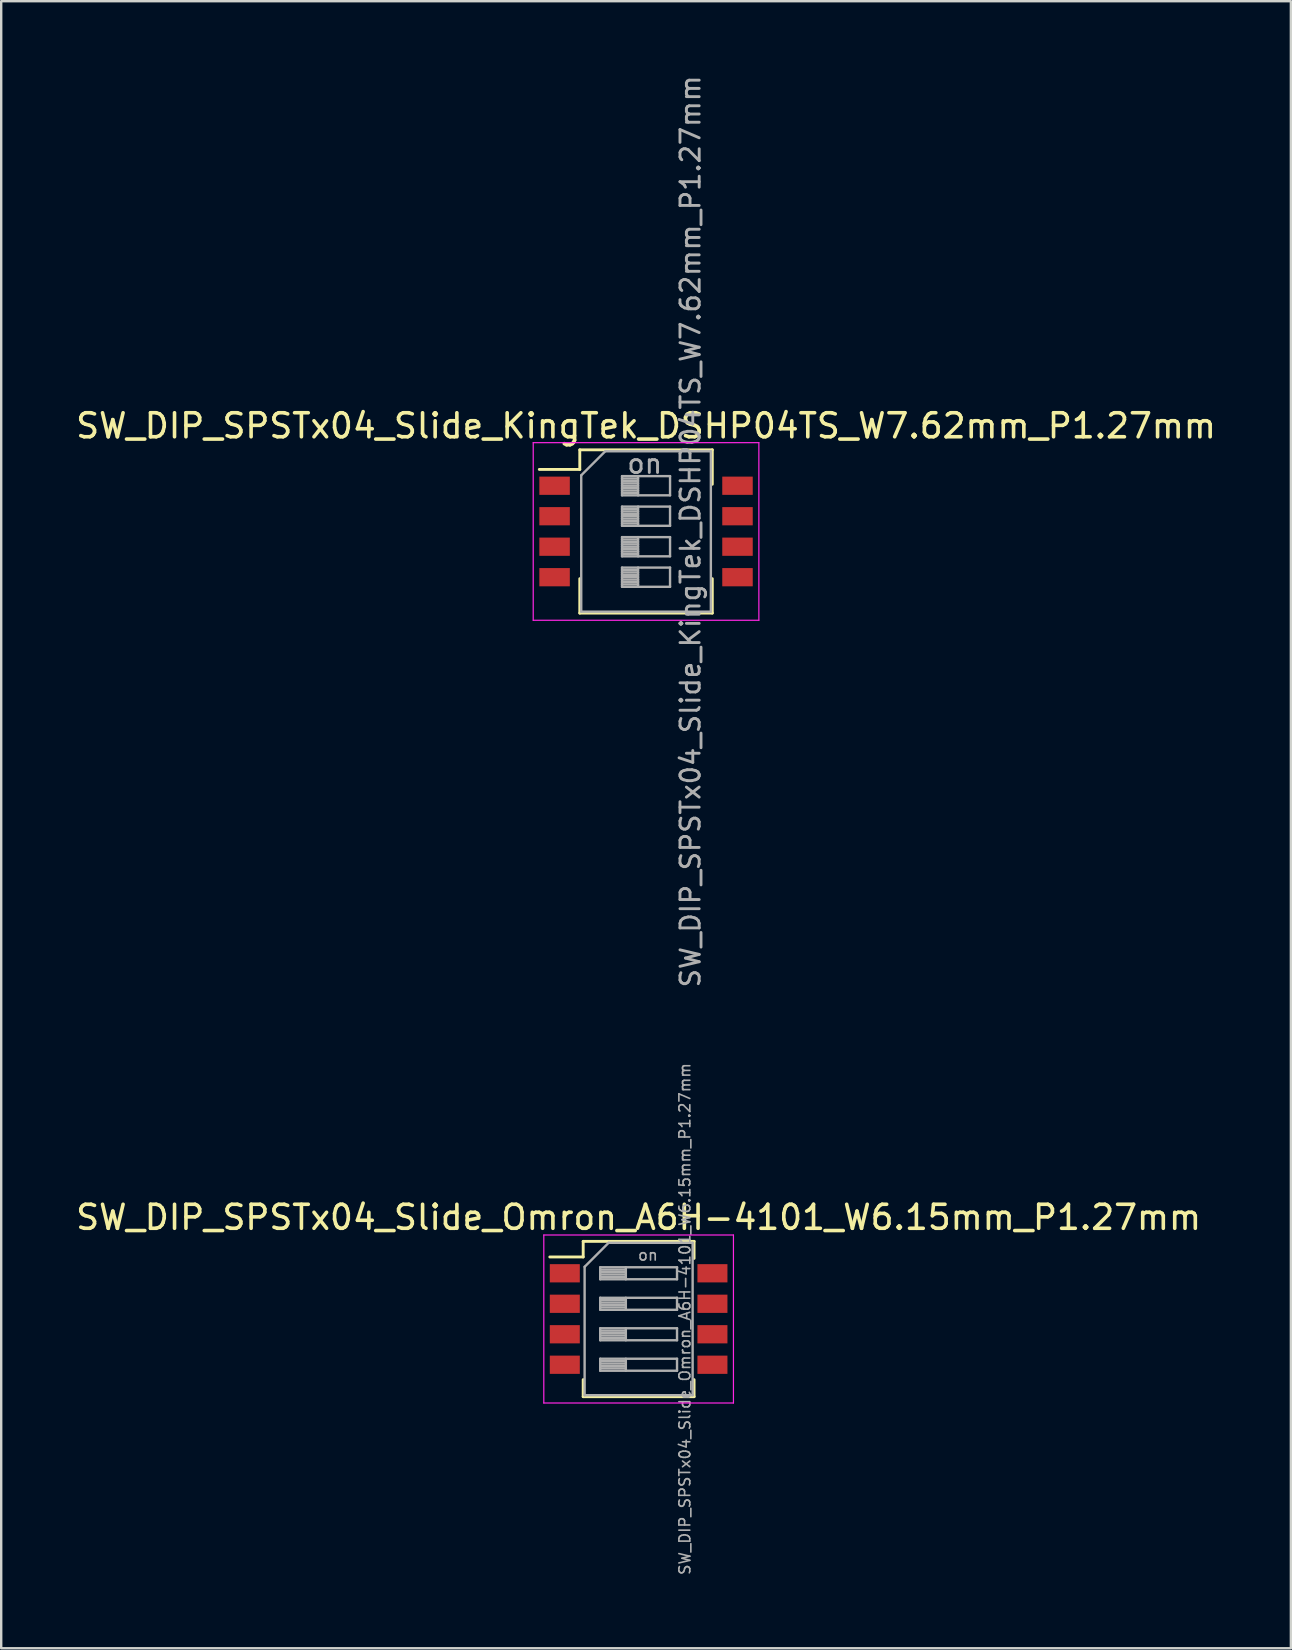
<source format=kicad_pcb>
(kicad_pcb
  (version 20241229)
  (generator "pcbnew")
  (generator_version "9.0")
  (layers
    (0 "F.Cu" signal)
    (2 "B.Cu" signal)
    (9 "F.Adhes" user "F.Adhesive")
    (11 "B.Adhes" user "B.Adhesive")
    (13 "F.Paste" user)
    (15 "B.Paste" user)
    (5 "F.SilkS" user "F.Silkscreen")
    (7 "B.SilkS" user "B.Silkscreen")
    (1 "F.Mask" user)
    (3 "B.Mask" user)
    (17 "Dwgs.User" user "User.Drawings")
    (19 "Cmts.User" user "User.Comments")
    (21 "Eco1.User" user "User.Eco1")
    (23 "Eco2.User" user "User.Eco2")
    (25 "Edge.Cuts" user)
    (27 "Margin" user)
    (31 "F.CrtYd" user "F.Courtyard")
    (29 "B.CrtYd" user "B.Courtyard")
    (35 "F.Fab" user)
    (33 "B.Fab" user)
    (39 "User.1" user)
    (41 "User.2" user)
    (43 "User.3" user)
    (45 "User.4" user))
  (footprint "SW_DIP_SPSTx04_Slide_Omron_A6H-4101_W6.15mm_P1.27mm"
    (layer "F.Cu")
    (at 23.554 51.898)
    (property "Reference" "SW_DIP_SPSTx04_Slide_Omron_A6H-4101_W6.15mm_P1.27mm" (at 0 -4.235 0) (layer "F.SilkS") (effects (font (size 1 1) (thickness 0.15))))
    (attr smd)
    (fp_line (start -3.7 -2.585) (end -2.309 -2.585) (stroke (width 0.12) (type solid)) (layer "F.SilkS"))
    (fp_line (start -2.309 -3.235) (end -2.309 -2.585) (stroke (width 0.12) (type solid)) (layer "F.SilkS"))
    (fp_line (start -2.309 -3.235) (end 2.31 -3.235) (stroke (width 0.12) (type solid)) (layer "F.SilkS"))
    (fp_line (start -2.309 2.525) (end -2.309 3.235) (stroke (width 0.12) (type solid)) (layer "F.SilkS"))
    (fp_line (start -2.309 3.235) (end 2.31 3.235) (stroke (width 0.12) (type solid)) (layer "F.SilkS"))
    (fp_line (start 2.31 -3.235) (end 2.31 -2.525) (stroke (width 0.12) (type solid)) (layer "F.SilkS"))
    (fp_line (start 2.31 2.525) (end 2.31 3.235) (stroke (width 0.12) (type solid)) (layer "F.SilkS"))
    (fp_line (start -3.95 -3.5) (end -3.95 3.5) (stroke (width 0.05) (type solid)) (layer "F.CrtYd"))
    (fp_line (start -3.95 3.5) (end 3.95 3.5) (stroke (width 0.05) (type solid)) (layer "F.CrtYd"))
    (fp_line (start 3.95 -3.5) (end -3.95 -3.5) (stroke (width 0.05) (type solid)) (layer "F.CrtYd"))
    (fp_line (start 3.95 3.5) (end 3.95 -3.5) (stroke (width 0.05) (type solid)) (layer "F.CrtYd"))
    (fp_line (start -2.25 -2.175) (end -1.25 -3.175) (stroke (width 0.1) (type solid)) (layer "F.Fab"))
    (fp_line (start -2.25 3.175) (end -2.25 -2.175) (stroke (width 0.1) (type solid)) (layer "F.Fab"))
    (fp_line (start -1.6 -2.155) (end -1.6 -1.655) (stroke (width 0.1) (type solid)) (layer "F.Fab"))
    (fp_line (start -1.6 -2.055) (end -0.533 -2.055) (stroke (width 0.1) (type solid)) (layer "F.Fab"))
    (fp_line (start -1.6 -1.955) (end -0.533 -1.955) (stroke (width 0.1) (type solid)) (layer "F.Fab"))
    (fp_line (start -1.6 -1.855) (end -0.533 -1.855) (stroke (width 0.1) (type solid)) (layer "F.Fab"))
    (fp_line (start -1.6 -1.755) (end -0.533 -1.755) (stroke (width 0.1) (type solid)) (layer "F.Fab"))
    (fp_line (start -1.6 -1.655) (end 1.6 -1.655) (stroke (width 0.1) (type solid)) (layer "F.Fab"))
    (fp_line (start -1.6 -0.885) (end -1.6 -0.385) (stroke (width 0.1) (type solid)) (layer "F.Fab"))
    (fp_line (start -1.6 -0.785) (end -0.533 -0.785) (stroke (width 0.1) (type solid)) (layer "F.Fab"))
    (fp_line (start -1.6 -0.685) (end -0.533 -0.685) (stroke (width 0.1) (type solid)) (layer "F.Fab"))
    (fp_line (start -1.6 -0.585) (end -0.533 -0.585) (stroke (width 0.1) (type solid)) (layer "F.Fab"))
    (fp_line (start -1.6 -0.485) (end -0.533 -0.485) (stroke (width 0.1) (type solid)) (layer "F.Fab"))
    (fp_line (start -1.6 -0.385) (end 1.6 -0.385) (stroke (width 0.1) (type solid)) (layer "F.Fab"))
    (fp_line (start -1.6 0.385) (end -1.6 0.885) (stroke (width 0.1) (type solid)) (layer "F.Fab"))
    (fp_line (start -1.6 0.485) (end -0.533 0.485) (stroke (width 0.1) (type solid)) (layer "F.Fab"))
    (fp_line (start -1.6 0.585) (end -0.533 0.585) (stroke (width 0.1) (type solid)) (layer "F.Fab"))
    (fp_line (start -1.6 0.685) (end -0.533 0.685) (stroke (width 0.1) (type solid)) (layer "F.Fab"))
    (fp_line (start -1.6 0.785) (end -0.533 0.785) (stroke (width 0.1) (type solid)) (layer "F.Fab"))
    (fp_line (start -1.6 0.885) (end 1.6 0.885) (stroke (width 0.1) (type solid)) (layer "F.Fab"))
    (fp_line (start -1.6 1.655) (end -1.6 2.155) (stroke (width 0.1) (type solid)) (layer "F.Fab"))
    (fp_line (start -1.6 1.755) (end -0.533 1.755) (stroke (width 0.1) (type solid)) (layer "F.Fab"))
    (fp_line (start -1.6 1.855) (end -0.533 1.855) (stroke (width 0.1) (type solid)) (layer "F.Fab"))
    (fp_line (start -1.6 1.955) (end -0.533 1.955) (stroke (width 0.1) (type solid)) (layer "F.Fab"))
    (fp_line (start -1.6 2.055) (end -0.533 2.055) (stroke (width 0.1) (type solid)) (layer "F.Fab"))
    (fp_line (start -1.6 2.155) (end 1.6 2.155) (stroke (width 0.1) (type solid)) (layer "F.Fab"))
    (fp_line (start -1.25 -3.175) (end 2.25 -3.175) (stroke (width 0.1) (type solid)) (layer "F.Fab"))
    (fp_line (start -0.533 -2.155) (end -0.533 -1.655) (stroke (width 0.1) (type solid)) (layer "F.Fab"))
    (fp_line (start -0.533 -0.885) (end -0.533 -0.385) (stroke (width 0.1) (type solid)) (layer "F.Fab"))
    (fp_line (start -0.533 0.385) (end -0.533 0.885) (stroke (width 0.1) (type solid)) (layer "F.Fab"))
    (fp_line (start -0.533 1.655) (end -0.533 2.155) (stroke (width 0.1) (type solid)) (layer "F.Fab"))
    (fp_line (start 1.6 -2.155) (end -1.6 -2.155) (stroke (width 0.1) (type solid)) (layer "F.Fab"))
    (fp_line (start 1.6 -1.655) (end 1.6 -2.155) (stroke (width 0.1) (type solid)) (layer "F.Fab"))
    (fp_line (start 1.6 -0.885) (end -1.6 -0.885) (stroke (width 0.1) (type solid)) (layer "F.Fab"))
    (fp_line (start 1.6 -0.385) (end 1.6 -0.885) (stroke (width 0.1) (type solid)) (layer "F.Fab"))
    (fp_line (start 1.6 0.385) (end -1.6 0.385) (stroke (width 0.1) (type solid)) (layer "F.Fab"))
    (fp_line (start 1.6 0.885) (end 1.6 0.385) (stroke (width 0.1) (type solid)) (layer "F.Fab"))
    (fp_line (start 1.6 1.655) (end -1.6 1.655) (stroke (width 0.1) (type solid)) (layer "F.Fab"))
    (fp_line (start 1.6 2.155) (end 1.6 1.655) (stroke (width 0.1) (type solid)) (layer "F.Fab"))
    (fp_line (start 2.25 -3.175) (end 2.25 3.175) (stroke (width 0.1) (type solid)) (layer "F.Fab"))
    (fp_line (start 2.25 3.175) (end -2.25 3.175) (stroke (width 0.1) (type solid)) (layer "F.Fab"))
    (fp_text user "${REFERENCE}" (at 1.925 0 90) (layer "F.Fab") (effects (font (size 0.455 0.455) (thickness 0.068))))
    (fp_text user "on" (at 0.388 -2.665 0) (layer "F.Fab") (effects (font (size 0.455 0.455) (thickness 0.068))))
    (pad "1" smd rect (at -3.075 -1.905) (size 1.25 0.76) (layers "F.Cu" "F.Mask" "F.Paste"))
    (pad "2" smd rect (at -3.075 -0.635) (size 1.25 0.76) (layers "F.Cu" "F.Mask" "F.Paste"))
    (pad "3" smd rect (at -3.075 0.635) (size 1.25 0.76) (layers "F.Cu" "F.Mask" "F.Paste"))
    (pad "4" smd rect (at -3.075 1.905) (size 1.25 0.76) (layers "F.Cu" "F.Mask" "F.Paste"))
    (pad "5" smd rect (at 3.075 1.905) (size 1.25 0.76) (layers "F.Cu" "F.Mask" "F.Paste"))
    (pad "6" smd rect (at 3.075 0.635) (size 1.25 0.76) (layers "F.Cu" "F.Mask" "F.Paste"))
    (pad "7" smd rect (at 3.075 -0.635) (size 1.25 0.76) (layers "F.Cu" "F.Mask" "F.Paste"))
    (pad "8" smd rect (at 3.075 -1.905) (size 1.25 0.76) (layers "F.Cu" "F.Mask" "F.Paste")))
  (footprint "SW_DIP_SPSTx04_Slide_KingTek_DSHP04TS_W7.62mm_P1.27mm"
    (layer "F.Cu")
    (at 23.863 19.09)
    (property "Reference" "SW_DIP_SPSTx04_Slide_KingTek_DSHP04TS_W7.62mm_P1.27mm" (at 0 -4.4 0) (layer "F.SilkS") (effects (font (size 1 1) (thickness 0.15))))
    (attr smd)
    (fp_line (start -4.446 -2.585) (end -2.76 -2.585) (stroke (width 0.12) (type solid)) (layer "F.SilkS"))
    (fp_line (start -2.76 -3.401) (end -2.76 -2.585) (stroke (width 0.12) (type solid)) (layer "F.SilkS"))
    (fp_line (start -2.76 -3.401) (end 2.76 -3.401) (stroke (width 0.12) (type solid)) (layer "F.SilkS"))
    (fp_line (start -2.76 1.966) (end -2.76 3.401) (stroke (width 0.12) (type solid)) (layer "F.SilkS"))
    (fp_line (start -2.76 3.401) (end 2.76 3.401) (stroke (width 0.12) (type solid)) (layer "F.SilkS"))
    (fp_line (start 2.76 -3.401) (end 2.76 -1.966) (stroke (width 0.12) (type solid)) (layer "F.SilkS"))
    (fp_line (start 2.76 1.966) (end 2.76 3.401) (stroke (width 0.12) (type solid)) (layer "F.SilkS"))
    (fp_line (start -4.7 -3.7) (end -4.7 3.7) (stroke (width 0.05) (type solid)) (layer "F.CrtYd"))
    (fp_line (start -4.7 3.7) (end 4.7 3.7) (stroke (width 0.05) (type solid)) (layer "F.CrtYd"))
    (fp_line (start 4.7 -3.7) (end -4.7 -3.7) (stroke (width 0.05) (type solid)) (layer "F.CrtYd"))
    (fp_line (start 4.7 3.7) (end 4.7 -3.7) (stroke (width 0.05) (type solid)) (layer "F.CrtYd"))
    (fp_line (start -2.7 -2.34) (end -1.7 -3.34) (stroke (width 0.1) (type solid)) (layer "F.Fab"))
    (fp_line (start -2.7 3.34) (end -2.7 -2.34) (stroke (width 0.1) (type solid)) (layer "F.Fab"))
    (fp_line (start -1.7 -3.34) (end 2.7 -3.34) (stroke (width 0.1) (type solid)) (layer "F.Fab"))
    (fp_line (start -1 -2.305) (end -1 -1.505) (stroke (width 0.1) (type solid)) (layer "F.Fab"))
    (fp_line (start -1 -2.205) (end -0.333 -2.205) (stroke (width 0.1) (type solid)) (layer "F.Fab"))
    (fp_line (start -1 -2.105) (end -0.333 -2.105) (stroke (width 0.1) (type solid)) (layer "F.Fab"))
    (fp_line (start -1 -2.005) (end -0.333 -2.005) (stroke (width 0.1) (type solid)) (layer "F.Fab"))
    (fp_line (start -1 -1.905) (end -0.333 -1.905) (stroke (width 0.1) (type solid)) (layer "F.Fab"))
    (fp_line (start -1 -1.805) (end -0.333 -1.805) (stroke (width 0.1) (type solid)) (layer "F.Fab"))
    (fp_line (start -1 -1.705) (end -0.333 -1.705) (stroke (width 0.1) (type solid)) (layer "F.Fab"))
    (fp_line (start -1 -1.605) (end -0.333 -1.605) (stroke (width 0.1) (type solid)) (layer "F.Fab"))
    (fp_line (start -1 -1.505) (end 1 -1.505) (stroke (width 0.1) (type solid)) (layer "F.Fab"))
    (fp_line (start -1 -1.035) (end -1 -0.235) (stroke (width 0.1) (type solid)) (layer "F.Fab"))
    (fp_line (start -1 -0.935) (end -0.333 -0.935) (stroke (width 0.1) (type solid)) (layer "F.Fab"))
    (fp_line (start -1 -0.835) (end -0.333 -0.835) (stroke (width 0.1) (type solid)) (layer "F.Fab"))
    (fp_line (start -1 -0.735) (end -0.333 -0.735) (stroke (width 0.1) (type solid)) (layer "F.Fab"))
    (fp_line (start -1 -0.635) (end -0.333 -0.635) (stroke (width 0.1) (type solid)) (layer "F.Fab"))
    (fp_line (start -1 -0.535) (end -0.333 -0.535) (stroke (width 0.1) (type solid)) (layer "F.Fab"))
    (fp_line (start -1 -0.435) (end -0.333 -0.435) (stroke (width 0.1) (type solid)) (layer "F.Fab"))
    (fp_line (start -1 -0.335) (end -0.333 -0.335) (stroke (width 0.1) (type solid)) (layer "F.Fab"))
    (fp_line (start -1 -0.235) (end 1 -0.235) (stroke (width 0.1) (type solid)) (layer "F.Fab"))
    (fp_line (start -1 0.235) (end -1 1.035) (stroke (width 0.1) (type solid)) (layer "F.Fab"))
    (fp_line (start -1 0.335) (end -0.333 0.335) (stroke (width 0.1) (type solid)) (layer "F.Fab"))
    (fp_line (start -1 0.435) (end -0.333 0.435) (stroke (width 0.1) (type solid)) (layer "F.Fab"))
    (fp_line (start -1 0.535) (end -0.333 0.535) (stroke (width 0.1) (type solid)) (layer "F.Fab"))
    (fp_line (start -1 0.635) (end -0.333 0.635) (stroke (width 0.1) (type solid)) (layer "F.Fab"))
    (fp_line (start -1 0.735) (end -0.333 0.735) (stroke (width 0.1) (type solid)) (layer "F.Fab"))
    (fp_line (start -1 0.835) (end -0.333 0.835) (stroke (width 0.1) (type solid)) (layer "F.Fab"))
    (fp_line (start -1 0.935) (end -0.333 0.935) (stroke (width 0.1) (type solid)) (layer "F.Fab"))
    (fp_line (start -1 1.035) (end 1 1.035) (stroke (width 0.1) (type solid)) (layer "F.Fab"))
    (fp_line (start -1 1.505) (end -1 2.305) (stroke (width 0.1) (type solid)) (layer "F.Fab"))
    (fp_line (start -1 1.605) (end -0.333 1.605) (stroke (width 0.1) (type solid)) (layer "F.Fab"))
    (fp_line (start -1 1.705) (end -0.333 1.705) (stroke (width 0.1) (type solid)) (layer "F.Fab"))
    (fp_line (start -1 1.805) (end -0.333 1.805) (stroke (width 0.1) (type solid)) (layer "F.Fab"))
    (fp_line (start -1 1.905) (end -0.333 1.905) (stroke (width 0.1) (type solid)) (layer "F.Fab"))
    (fp_line (start -1 2.005) (end -0.333 2.005) (stroke (width 0.1) (type solid)) (layer "F.Fab"))
    (fp_line (start -1 2.105) (end -0.333 2.105) (stroke (width 0.1) (type solid)) (layer "F.Fab"))
    (fp_line (start -1 2.205) (end -0.333 2.205) (stroke (width 0.1) (type solid)) (layer "F.Fab"))
    (fp_line (start -1 2.305) (end 1 2.305) (stroke (width 0.1) (type solid)) (layer "F.Fab"))
    (fp_line (start -0.333 -2.305) (end -0.333 -1.505) (stroke (width 0.1) (type solid)) (layer "F.Fab"))
    (fp_line (start -0.333 -1.035) (end -0.333 -0.235) (stroke (width 0.1) (type solid)) (layer "F.Fab"))
    (fp_line (start -0.333 0.235) (end -0.333 1.035) (stroke (width 0.1) (type solid)) (layer "F.Fab"))
    (fp_line (start -0.333 1.505) (end -0.333 2.305) (stroke (width 0.1) (type solid)) (layer "F.Fab"))
    (fp_line (start 1 -2.305) (end -1 -2.305) (stroke (width 0.1) (type solid)) (layer "F.Fab"))
    (fp_line (start 1 -1.505) (end 1 -2.305) (stroke (width 0.1) (type solid)) (layer "F.Fab"))
    (fp_line (start 1 -1.035) (end -1 -1.035) (stroke (width 0.1) (type solid)) (layer "F.Fab"))
    (fp_line (start 1 -0.235) (end 1 -1.035) (stroke (width 0.1) (type solid)) (layer "F.Fab"))
    (fp_line (start 1 0.235) (end -1 0.235) (stroke (width 0.1) (type solid)) (layer "F.Fab"))
    (fp_line (start 1 1.035) (end 1 0.235) (stroke (width 0.1) (type solid)) (layer "F.Fab"))
    (fp_line (start 1 1.505) (end -1 1.505) (stroke (width 0.1) (type solid)) (layer "F.Fab"))
    (fp_line (start 1 2.305) (end 1 1.505) (stroke (width 0.1) (type solid)) (layer "F.Fab"))
    (fp_line (start 2.7 -3.34) (end 2.7 3.34) (stroke (width 0.1) (type solid)) (layer "F.Fab"))
    (fp_line (start 2.7 3.34) (end -2.7 3.34) (stroke (width 0.1) (type solid)) (layer "F.Fab"))
    (fp_text user "${REFERENCE}" (at 1.85 0 90) (layer "F.Fab") (effects (font (size 0.8 0.8) (thickness 0.12))))
    (fp_text user "on" (at -0.055 -2.822 0) (layer "F.Fab") (effects (font (size 0.8 0.8) (thickness 0.12))))
    (pad "1" smd rect (at -3.81 -1.905) (size 1.27 0.76) (layers "F.Cu" "F.Mask" "F.Paste"))
    (pad "2" smd rect (at -3.81 -0.635) (size 1.27 0.76) (layers "F.Cu" "F.Mask" "F.Paste"))
    (pad "3" smd rect (at -3.81 0.635) (size 1.27 0.76) (layers "F.Cu" "F.Mask" "F.Paste"))
    (pad "4" smd rect (at -3.81 1.905) (size 1.27 0.76) (layers "F.Cu" "F.Mask" "F.Paste"))
    (pad "5" smd rect (at 3.81 1.905) (size 1.27 0.76) (layers "F.Cu" "F.Mask" "F.Paste"))
    (pad "6" smd rect (at 3.81 0.635) (size 1.27 0.76) (layers "F.Cu" "F.Mask" "F.Paste"))
    (pad "7" smd rect (at 3.81 -0.635) (size 1.27 0.76) (layers "F.Cu" "F.Mask" "F.Paste"))
    (pad "8" smd rect (at 3.81 -1.905) (size 1.27 0.76) (layers "F.Cu" "F.Mask" "F.Paste")))
  (gr_rect
    (start -3 -3)
    (end 50.726 65.615)
    (stroke (width 0.1) (type default))
    (fill no)
    (layer "Edge.Cuts")))
</source>
